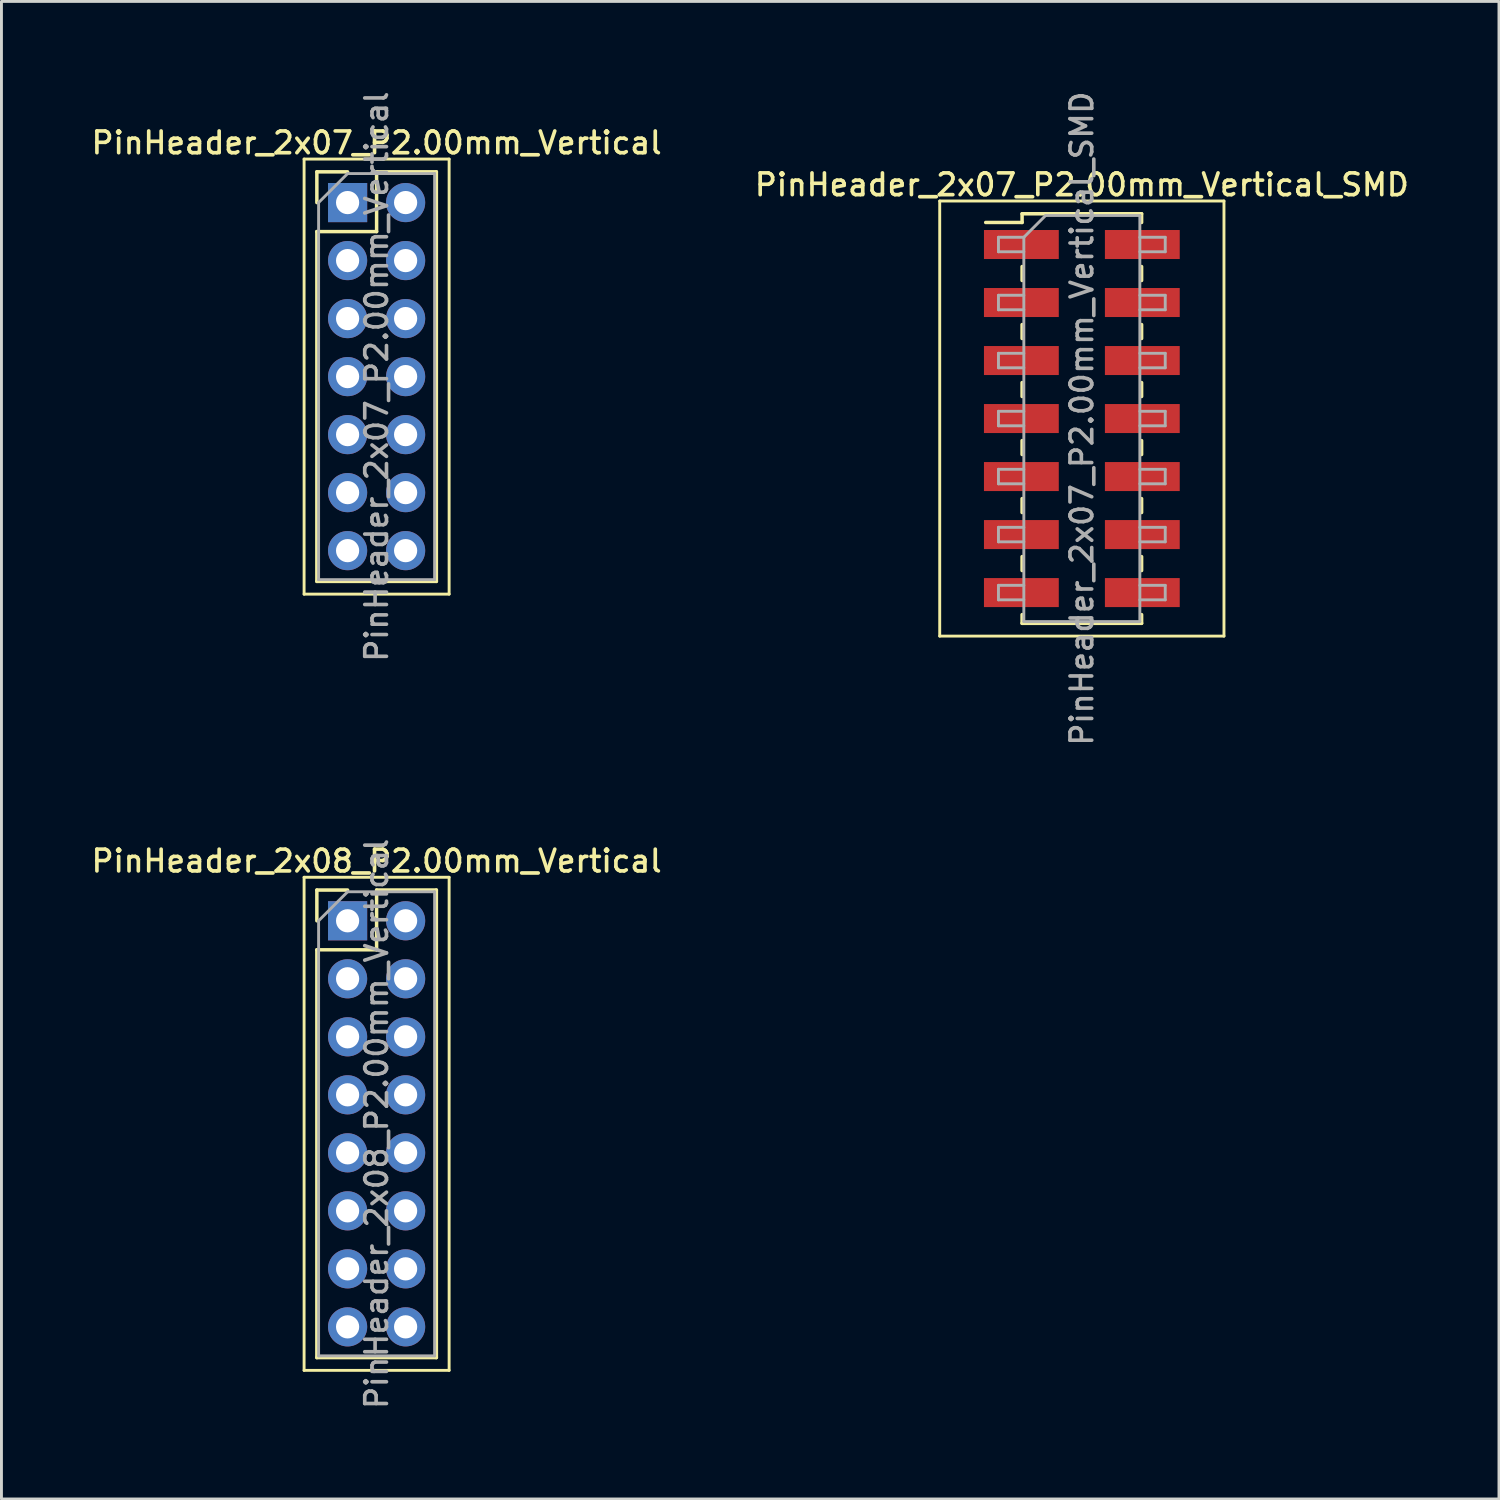
<source format=kicad_pcb>
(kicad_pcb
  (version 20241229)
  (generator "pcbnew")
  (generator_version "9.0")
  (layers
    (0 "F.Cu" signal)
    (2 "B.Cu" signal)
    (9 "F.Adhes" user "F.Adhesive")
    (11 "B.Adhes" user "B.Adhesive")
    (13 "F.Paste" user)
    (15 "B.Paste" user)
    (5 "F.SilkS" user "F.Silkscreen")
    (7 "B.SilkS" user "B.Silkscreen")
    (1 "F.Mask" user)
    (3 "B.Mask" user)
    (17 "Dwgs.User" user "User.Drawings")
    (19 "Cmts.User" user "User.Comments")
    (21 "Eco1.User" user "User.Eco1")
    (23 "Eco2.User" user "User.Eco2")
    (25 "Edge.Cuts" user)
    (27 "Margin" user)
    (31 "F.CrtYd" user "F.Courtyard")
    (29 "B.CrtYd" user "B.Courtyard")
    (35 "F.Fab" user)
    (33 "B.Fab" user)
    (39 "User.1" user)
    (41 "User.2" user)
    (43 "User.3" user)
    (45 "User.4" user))
  (footprint "PinHeader_2x07_P2.00mm_Vertical"
    (layer "F.Cu")
    (at 8.934 3.934)
    (property "Reference" "PinHeader_2x07_P2.00mm_Vertical" (at 1 -2.06 0) (layer "F.SilkS") (effects (font (size 0.75 0.75) (thickness 0.125))))
    (attr through_hole)
    (fp_line (start -1.5 -1.5) (end -1.5 13.5) (stroke (width 0.1) (type solid)) (layer "F.SilkS"))
    (fp_line (start -1.5 13.5) (end 3.5 13.5) (stroke (width 0.1) (type solid)) (layer "F.SilkS"))
    (fp_line (start -1.06 -1.06) (end 0 -1.06) (stroke (width 0.12) (type solid)) (layer "F.SilkS"))
    (fp_line (start -1.06 0) (end -1.06 -1.06) (stroke (width 0.12) (type solid)) (layer "F.SilkS"))
    (fp_line (start -1.06 1) (end -1.06 13.06) (stroke (width 0.12) (type solid)) (layer "F.SilkS"))
    (fp_line (start -1.06 1) (end 1 1) (stroke (width 0.12) (type solid)) (layer "F.SilkS"))
    (fp_line (start -1.06 13.06) (end 3.06 13.06) (stroke (width 0.12) (type solid)) (layer "F.SilkS"))
    (fp_line (start 1 -1.06) (end 3.06 -1.06) (stroke (width 0.12) (type solid)) (layer "F.SilkS"))
    (fp_line (start 1 1) (end 1 -1.06) (stroke (width 0.12) (type solid)) (layer "F.SilkS"))
    (fp_line (start 3.06 -1.06) (end 3.06 13.06) (stroke (width 0.12) (type solid)) (layer "F.SilkS"))
    (fp_line (start 3.5 -1.5) (end -1.5 -1.5) (stroke (width 0.1) (type solid)) (layer "F.SilkS"))
    (fp_line (start 3.5 13.5) (end 3.5 -1.5) (stroke (width 0.1) (type solid)) (layer "F.SilkS"))
    (fp_line (start -1 0) (end 0 -1) (stroke (width 0.1) (type solid)) (layer "F.Fab"))
    (fp_line (start -1 13) (end -1 0) (stroke (width 0.1) (type solid)) (layer "F.Fab"))
    (fp_line (start 0 -1) (end 3 -1) (stroke (width 0.1) (type solid)) (layer "F.Fab"))
    (fp_line (start 3 -1) (end 3 13) (stroke (width 0.1) (type solid)) (layer "F.Fab"))
    (fp_line (start 3 13) (end -1 13) (stroke (width 0.1) (type solid)) (layer "F.Fab"))
    (fp_text user "${REFERENCE}" (at 1 6 90) (layer "F.Fab") (effects (font (size 0.75 0.75) (thickness 0.125))))
    (pad "1" thru_hole rect (at 0 0) (size 1.35 1.35) (drill 0.8) (layers "*.Cu" "*.Mask"))
    (pad "2" thru_hole oval (at 2 0) (size 1.35 1.35) (drill 0.8) (layers "*.Cu" "*.Mask"))
    (pad "3" thru_hole oval (at 0 2) (size 1.35 1.35) (drill 0.8) (layers "*.Cu" "*.Mask"))
    (pad "4" thru_hole oval (at 2 2) (size 1.35 1.35) (drill 0.8) (layers "*.Cu" "*.Mask"))
    (pad "5" thru_hole oval (at 0 4) (size 1.35 1.35) (drill 0.8) (layers "*.Cu" "*.Mask"))
    (pad "6" thru_hole oval (at 2 4) (size 1.35 1.35) (drill 0.8) (layers "*.Cu" "*.Mask"))
    (pad "7" thru_hole oval (at 0 6) (size 1.35 1.35) (drill 0.8) (layers "*.Cu" "*.Mask"))
    (pad "8" thru_hole oval (at 2 6) (size 1.35 1.35) (drill 0.8) (layers "*.Cu" "*.Mask"))
    (pad "9" thru_hole oval (at 0 8) (size 1.35 1.35) (drill 0.8) (layers "*.Cu" "*.Mask"))
    (pad "10" thru_hole oval (at 2 8) (size 1.35 1.35) (drill 0.8) (layers "*.Cu" "*.Mask"))
    (pad "11" thru_hole oval (at 0 10) (size 1.35 1.35) (drill 0.8) (layers "*.Cu" "*.Mask"))
    (pad "12" thru_hole oval (at 2 10) (size 1.35 1.35) (drill 0.8) (layers "*.Cu" "*.Mask"))
    (pad "13" thru_hole oval (at 0 12) (size 1.35 1.35) (drill 0.8) (layers "*.Cu" "*.Mask"))
    (pad "14" thru_hole oval (at 2 12) (size 1.35 1.35) (drill 0.8) (layers "*.Cu" "*.Mask")))
  (footprint "PinHeader_2x08_P2.00mm_Vertical"
    (layer "F.Cu")
    (at 8.934 28.695)
    (property "Reference" "PinHeader_2x08_P2.00mm_Vertical" (at 1 -2.06 0) (layer "F.SilkS") (effects (font (size 0.75 0.75) (thickness 0.125))))
    (attr through_hole)
    (fp_line (start -1.5 -1.5) (end -1.5 15.5) (stroke (width 0.1) (type solid)) (layer "F.SilkS"))
    (fp_line (start -1.5 15.5) (end 3.5 15.5) (stroke (width 0.1) (type solid)) (layer "F.SilkS"))
    (fp_line (start -1.06 -1.06) (end 0 -1.06) (stroke (width 0.12) (type solid)) (layer "F.SilkS"))
    (fp_line (start -1.06 0) (end -1.06 -1.06) (stroke (width 0.12) (type solid)) (layer "F.SilkS"))
    (fp_line (start -1.06 1) (end -1.06 15.06) (stroke (width 0.12) (type solid)) (layer "F.SilkS"))
    (fp_line (start -1.06 1) (end 1 1) (stroke (width 0.12) (type solid)) (layer "F.SilkS"))
    (fp_line (start -1.06 15.06) (end 3.06 15.06) (stroke (width 0.12) (type solid)) (layer "F.SilkS"))
    (fp_line (start 1 -1.06) (end 3.06 -1.06) (stroke (width 0.12) (type solid)) (layer "F.SilkS"))
    (fp_line (start 1 1) (end 1 -1.06) (stroke (width 0.12) (type solid)) (layer "F.SilkS"))
    (fp_line (start 3.06 -1.06) (end 3.06 15.06) (stroke (width 0.12) (type solid)) (layer "F.SilkS"))
    (fp_line (start 3.5 -1.5) (end -1.5 -1.5) (stroke (width 0.1) (type solid)) (layer "F.SilkS"))
    (fp_line (start 3.5 15.5) (end 3.5 -1.5) (stroke (width 0.1) (type solid)) (layer "F.SilkS"))
    (fp_line (start -1 0) (end 0 -1) (stroke (width 0.1) (type solid)) (layer "F.Fab"))
    (fp_line (start -1 15) (end -1 0) (stroke (width 0.1) (type solid)) (layer "F.Fab"))
    (fp_line (start 0 -1) (end 3 -1) (stroke (width 0.1) (type solid)) (layer "F.Fab"))
    (fp_line (start 3 -1) (end 3 15) (stroke (width 0.1) (type solid)) (layer "F.Fab"))
    (fp_line (start 3 15) (end -1 15) (stroke (width 0.1) (type solid)) (layer "F.Fab"))
    (fp_text user "${REFERENCE}" (at 1 7 90) (layer "F.Fab") (effects (font (size 0.75 0.75) (thickness 0.125))))
    (pad "1" thru_hole rect (at 0 0) (size 1.35 1.35) (drill 0.8) (layers "*.Cu" "*.Mask"))
    (pad "2" thru_hole oval (at 2 0) (size 1.35 1.35) (drill 0.8) (layers "*.Cu" "*.Mask"))
    (pad "3" thru_hole oval (at 0 2) (size 1.35 1.35) (drill 0.8) (layers "*.Cu" "*.Mask"))
    (pad "4" thru_hole oval (at 2 2) (size 1.35 1.35) (drill 0.8) (layers "*.Cu" "*.Mask"))
    (pad "5" thru_hole oval (at 0 4) (size 1.35 1.35) (drill 0.8) (layers "*.Cu" "*.Mask"))
    (pad "6" thru_hole oval (at 2 4) (size 1.35 1.35) (drill 0.8) (layers "*.Cu" "*.Mask"))
    (pad "7" thru_hole oval (at 0 6) (size 1.35 1.35) (drill 0.8) (layers "*.Cu" "*.Mask"))
    (pad "8" thru_hole oval (at 2 6) (size 1.35 1.35) (drill 0.8) (layers "*.Cu" "*.Mask"))
    (pad "9" thru_hole oval (at 0 8) (size 1.35 1.35) (drill 0.8) (layers "*.Cu" "*.Mask"))
    (pad "10" thru_hole oval (at 2 8) (size 1.35 1.35) (drill 0.8) (layers "*.Cu" "*.Mask"))
    (pad "11" thru_hole oval (at 0 10) (size 1.35 1.35) (drill 0.8) (layers "*.Cu" "*.Mask"))
    (pad "12" thru_hole oval (at 2 10) (size 1.35 1.35) (drill 0.8) (layers "*.Cu" "*.Mask"))
    (pad "13" thru_hole oval (at 0 12) (size 1.35 1.35) (drill 0.8) (layers "*.Cu" "*.Mask"))
    (pad "14" thru_hole oval (at 2 12) (size 1.35 1.35) (drill 0.8) (layers "*.Cu" "*.Mask"))
    (pad "15" thru_hole oval (at 0 14) (size 1.35 1.35) (drill 0.8) (layers "*.Cu" "*.Mask"))
    (pad "16" thru_hole oval (at 2 14) (size 1.35 1.35) (drill 0.8) (layers "*.Cu" "*.Mask")))
  (footprint "PinHeader_2x07_P2.00mm_Vertical_SMD"
    (layer "F.Cu")
    (at 34.248 11.38)
    (property "Reference" "PinHeader_2x07_P2.00mm_Vertical_SMD" (at 0 -8.06 0) (layer "F.SilkS") (effects (font (size 0.75 0.75) (thickness 0.125))))
    (attr smd)
    (fp_line (start -4.9 -7.5) (end -4.9 7.5) (stroke (width 0.1) (type solid)) (layer "F.SilkS"))
    (fp_line (start -4.9 7.5) (end 4.9 7.5) (stroke (width 0.1) (type solid)) (layer "F.SilkS"))
    (fp_line (start -3.315 -6.76) (end -2.06 -6.76) (stroke (width 0.12) (type solid)) (layer "F.SilkS"))
    (fp_line (start -2.06 -7.06) (end -2.06 -6.76) (stroke (width 0.12) (type solid)) (layer "F.SilkS"))
    (fp_line (start -2.06 -7.06) (end 2.06 -7.06) (stroke (width 0.12) (type solid)) (layer "F.SilkS"))
    (fp_line (start -2.06 -5.24) (end -2.06 -4.76) (stroke (width 0.12) (type solid)) (layer "F.SilkS"))
    (fp_line (start -2.06 -3.24) (end -2.06 -2.76) (stroke (width 0.12) (type solid)) (layer "F.SilkS"))
    (fp_line (start -2.06 -1.24) (end -2.06 -0.76) (stroke (width 0.12) (type solid)) (layer "F.SilkS"))
    (fp_line (start -2.06 0.76) (end -2.06 1.24) (stroke (width 0.12) (type solid)) (layer "F.SilkS"))
    (fp_line (start -2.06 2.76) (end -2.06 3.24) (stroke (width 0.12) (type solid)) (layer "F.SilkS"))
    (fp_line (start -2.06 4.76) (end -2.06 5.24) (stroke (width 0.12) (type solid)) (layer "F.SilkS"))
    (fp_line (start -2.06 6.76) (end -2.06 7.06) (stroke (width 0.12) (type solid)) (layer "F.SilkS"))
    (fp_line (start -2.06 7.06) (end 2.06 7.06) (stroke (width 0.12) (type solid)) (layer "F.SilkS"))
    (fp_line (start 2.06 -7.06) (end 2.06 -6.76) (stroke (width 0.12) (type solid)) (layer "F.SilkS"))
    (fp_line (start 2.06 -5.24) (end 2.06 -4.76) (stroke (width 0.12) (type solid)) (layer "F.SilkS"))
    (fp_line (start 2.06 -3.24) (end 2.06 -2.76) (stroke (width 0.12) (type solid)) (layer "F.SilkS"))
    (fp_line (start 2.06 -1.24) (end 2.06 -0.76) (stroke (width 0.12) (type solid)) (layer "F.SilkS"))
    (fp_line (start 2.06 0.76) (end 2.06 1.24) (stroke (width 0.12) (type solid)) (layer "F.SilkS"))
    (fp_line (start 2.06 2.76) (end 2.06 3.24) (stroke (width 0.12) (type solid)) (layer "F.SilkS"))
    (fp_line (start 2.06 4.76) (end 2.06 5.24) (stroke (width 0.12) (type solid)) (layer "F.SilkS"))
    (fp_line (start 2.06 6.76) (end 2.06 7.06) (stroke (width 0.12) (type solid)) (layer "F.SilkS"))
    (fp_line (start 4.9 -7.5) (end -4.9 -7.5) (stroke (width 0.1) (type solid)) (layer "F.SilkS"))
    (fp_line (start 4.9 7.5) (end 4.9 -7.5) (stroke (width 0.1) (type solid)) (layer "F.SilkS"))
    (fp_line (start -2.875 -6.25) (end -2.875 -5.75) (stroke (width 0.1) (type solid)) (layer "F.Fab"))
    (fp_line (start -2.875 -5.75) (end -2 -5.75) (stroke (width 0.1) (type solid)) (layer "F.Fab"))
    (fp_line (start -2.875 -4.25) (end -2.875 -3.75) (stroke (width 0.1) (type solid)) (layer "F.Fab"))
    (fp_line (start -2.875 -3.75) (end -2 -3.75) (stroke (width 0.1) (type solid)) (layer "F.Fab"))
    (fp_line (start -2.875 -2.25) (end -2.875 -1.75) (stroke (width 0.1) (type solid)) (layer "F.Fab"))
    (fp_line (start -2.875 -1.75) (end -2 -1.75) (stroke (width 0.1) (type solid)) (layer "F.Fab"))
    (fp_line (start -2.875 -0.25) (end -2.875 0.25) (stroke (width 0.1) (type solid)) (layer "F.Fab"))
    (fp_line (start -2.875 0.25) (end -2 0.25) (stroke (width 0.1) (type solid)) (layer "F.Fab"))
    (fp_line (start -2.875 1.75) (end -2.875 2.25) (stroke (width 0.1) (type solid)) (layer "F.Fab"))
    (fp_line (start -2.875 2.25) (end -2 2.25) (stroke (width 0.1) (type solid)) (layer "F.Fab"))
    (fp_line (start -2.875 3.75) (end -2.875 4.25) (stroke (width 0.1) (type solid)) (layer "F.Fab"))
    (fp_line (start -2.875 4.25) (end -2 4.25) (stroke (width 0.1) (type solid)) (layer "F.Fab"))
    (fp_line (start -2.875 5.75) (end -2.875 6.25) (stroke (width 0.1) (type solid)) (layer "F.Fab"))
    (fp_line (start -2.875 6.25) (end -2 6.25) (stroke (width 0.1) (type solid)) (layer "F.Fab"))
    (fp_line (start -2 -6.25) (end -2.875 -6.25) (stroke (width 0.1) (type solid)) (layer "F.Fab"))
    (fp_line (start -2 -6.25) (end -1.25 -7) (stroke (width 0.1) (type solid)) (layer "F.Fab"))
    (fp_line (start -2 -4.25) (end -2.875 -4.25) (stroke (width 0.1) (type solid)) (layer "F.Fab"))
    (fp_line (start -2 -2.25) (end -2.875 -2.25) (stroke (width 0.1) (type solid)) (layer "F.Fab"))
    (fp_line (start -2 -0.25) (end -2.875 -0.25) (stroke (width 0.1) (type solid)) (layer "F.Fab"))
    (fp_line (start -2 1.75) (end -2.875 1.75) (stroke (width 0.1) (type solid)) (layer "F.Fab"))
    (fp_line (start -2 3.75) (end -2.875 3.75) (stroke (width 0.1) (type solid)) (layer "F.Fab"))
    (fp_line (start -2 5.75) (end -2.875 5.75) (stroke (width 0.1) (type solid)) (layer "F.Fab"))
    (fp_line (start -2 7) (end -2 -6.25) (stroke (width 0.1) (type solid)) (layer "F.Fab"))
    (fp_line (start -1.25 -7) (end 2 -7) (stroke (width 0.1) (type solid)) (layer "F.Fab"))
    (fp_line (start 2 -7) (end 2 7) (stroke (width 0.1) (type solid)) (layer "F.Fab"))
    (fp_line (start 2 -6.25) (end 2.875 -6.25) (stroke (width 0.1) (type solid)) (layer "F.Fab"))
    (fp_line (start 2 -4.25) (end 2.875 -4.25) (stroke (width 0.1) (type solid)) (layer "F.Fab"))
    (fp_line (start 2 -2.25) (end 2.875 -2.25) (stroke (width 0.1) (type solid)) (layer "F.Fab"))
    (fp_line (start 2 -0.25) (end 2.875 -0.25) (stroke (width 0.1) (type solid)) (layer "F.Fab"))
    (fp_line (start 2 1.75) (end 2.875 1.75) (stroke (width 0.1) (type solid)) (layer "F.Fab"))
    (fp_line (start 2 3.75) (end 2.875 3.75) (stroke (width 0.1) (type solid)) (layer "F.Fab"))
    (fp_line (start 2 5.75) (end 2.875 5.75) (stroke (width 0.1) (type solid)) (layer "F.Fab"))
    (fp_line (start 2 7) (end -2 7) (stroke (width 0.1) (type solid)) (layer "F.Fab"))
    (fp_line (start 2.875 -6.25) (end 2.875 -5.75) (stroke (width 0.1) (type solid)) (layer "F.Fab"))
    (fp_line (start 2.875 -5.75) (end 2 -5.75) (stroke (width 0.1) (type solid)) (layer "F.Fab"))
    (fp_line (start 2.875 -4.25) (end 2.875 -3.75) (stroke (width 0.1) (type solid)) (layer "F.Fab"))
    (fp_line (start 2.875 -3.75) (end 2 -3.75) (stroke (width 0.1) (type solid)) (layer "F.Fab"))
    (fp_line (start 2.875 -2.25) (end 2.875 -1.75) (stroke (width 0.1) (type solid)) (layer "F.Fab"))
    (fp_line (start 2.875 -1.75) (end 2 -1.75) (stroke (width 0.1) (type solid)) (layer "F.Fab"))
    (fp_line (start 2.875 -0.25) (end 2.875 0.25) (stroke (width 0.1) (type solid)) (layer "F.Fab"))
    (fp_line (start 2.875 0.25) (end 2 0.25) (stroke (width 0.1) (type solid)) (layer "F.Fab"))
    (fp_line (start 2.875 1.75) (end 2.875 2.25) (stroke (width 0.1) (type solid)) (layer "F.Fab"))
    (fp_line (start 2.875 2.25) (end 2 2.25) (stroke (width 0.1) (type solid)) (layer "F.Fab"))
    (fp_line (start 2.875 3.75) (end 2.875 4.25) (stroke (width 0.1) (type solid)) (layer "F.Fab"))
    (fp_line (start 2.875 4.25) (end 2 4.25) (stroke (width 0.1) (type solid)) (layer "F.Fab"))
    (fp_line (start 2.875 5.75) (end 2.875 6.25) (stroke (width 0.1) (type solid)) (layer "F.Fab"))
    (fp_line (start 2.875 6.25) (end 2 6.25) (stroke (width 0.1) (type solid)) (layer "F.Fab"))
    (fp_text user "${REFERENCE}" (at 0 0 90) (layer "F.Fab") (effects (font (size 0.75 0.75) (thickness 0.125))))
    (pad "1" smd rect (at -2.085 -6) (size 2.58 1) (layers "F.Cu" "F.Mask" "F.Paste"))
    (pad "2" smd rect (at 2.085 -6) (size 2.58 1) (layers "F.Cu" "F.Mask" "F.Paste"))
    (pad "3" smd rect (at -2.085 -4) (size 2.58 1) (layers "F.Cu" "F.Mask" "F.Paste"))
    (pad "4" smd rect (at 2.085 -4) (size 2.58 1) (layers "F.Cu" "F.Mask" "F.Paste"))
    (pad "5" smd rect (at -2.085 -2) (size 2.58 1) (layers "F.Cu" "F.Mask" "F.Paste"))
    (pad "6" smd rect (at 2.085 -2) (size 2.58 1) (layers "F.Cu" "F.Mask" "F.Paste"))
    (pad "7" smd rect (at -2.085 0) (size 2.58 1) (layers "F.Cu" "F.Mask" "F.Paste"))
    (pad "8" smd rect (at 2.085 0) (size 2.58 1) (layers "F.Cu" "F.Mask" "F.Paste"))
    (pad "9" smd rect (at -2.085 2) (size 2.58 1) (layers "F.Cu" "F.Mask" "F.Paste"))
    (pad "10" smd rect (at 2.085 2) (size 2.58 1) (layers "F.Cu" "F.Mask" "F.Paste"))
    (pad "11" smd rect (at -2.085 4) (size 2.58 1) (layers "F.Cu" "F.Mask" "F.Paste"))
    (pad "12" smd rect (at 2.085 4) (size 2.58 1) (layers "F.Cu" "F.Mask" "F.Paste"))
    (pad "13" smd rect (at -2.085 6) (size 2.58 1) (layers "F.Cu" "F.Mask" "F.Paste"))
    (pad "14" smd rect (at 2.085 6) (size 2.58 1) (layers "F.Cu" "F.Mask" "F.Paste")))
  (gr_rect
    (start -3 -3)
    (end 48.629 48.629)
    (stroke (width 0.1) (type default))
    (fill no)
    (layer "Edge.Cuts")))
</source>
